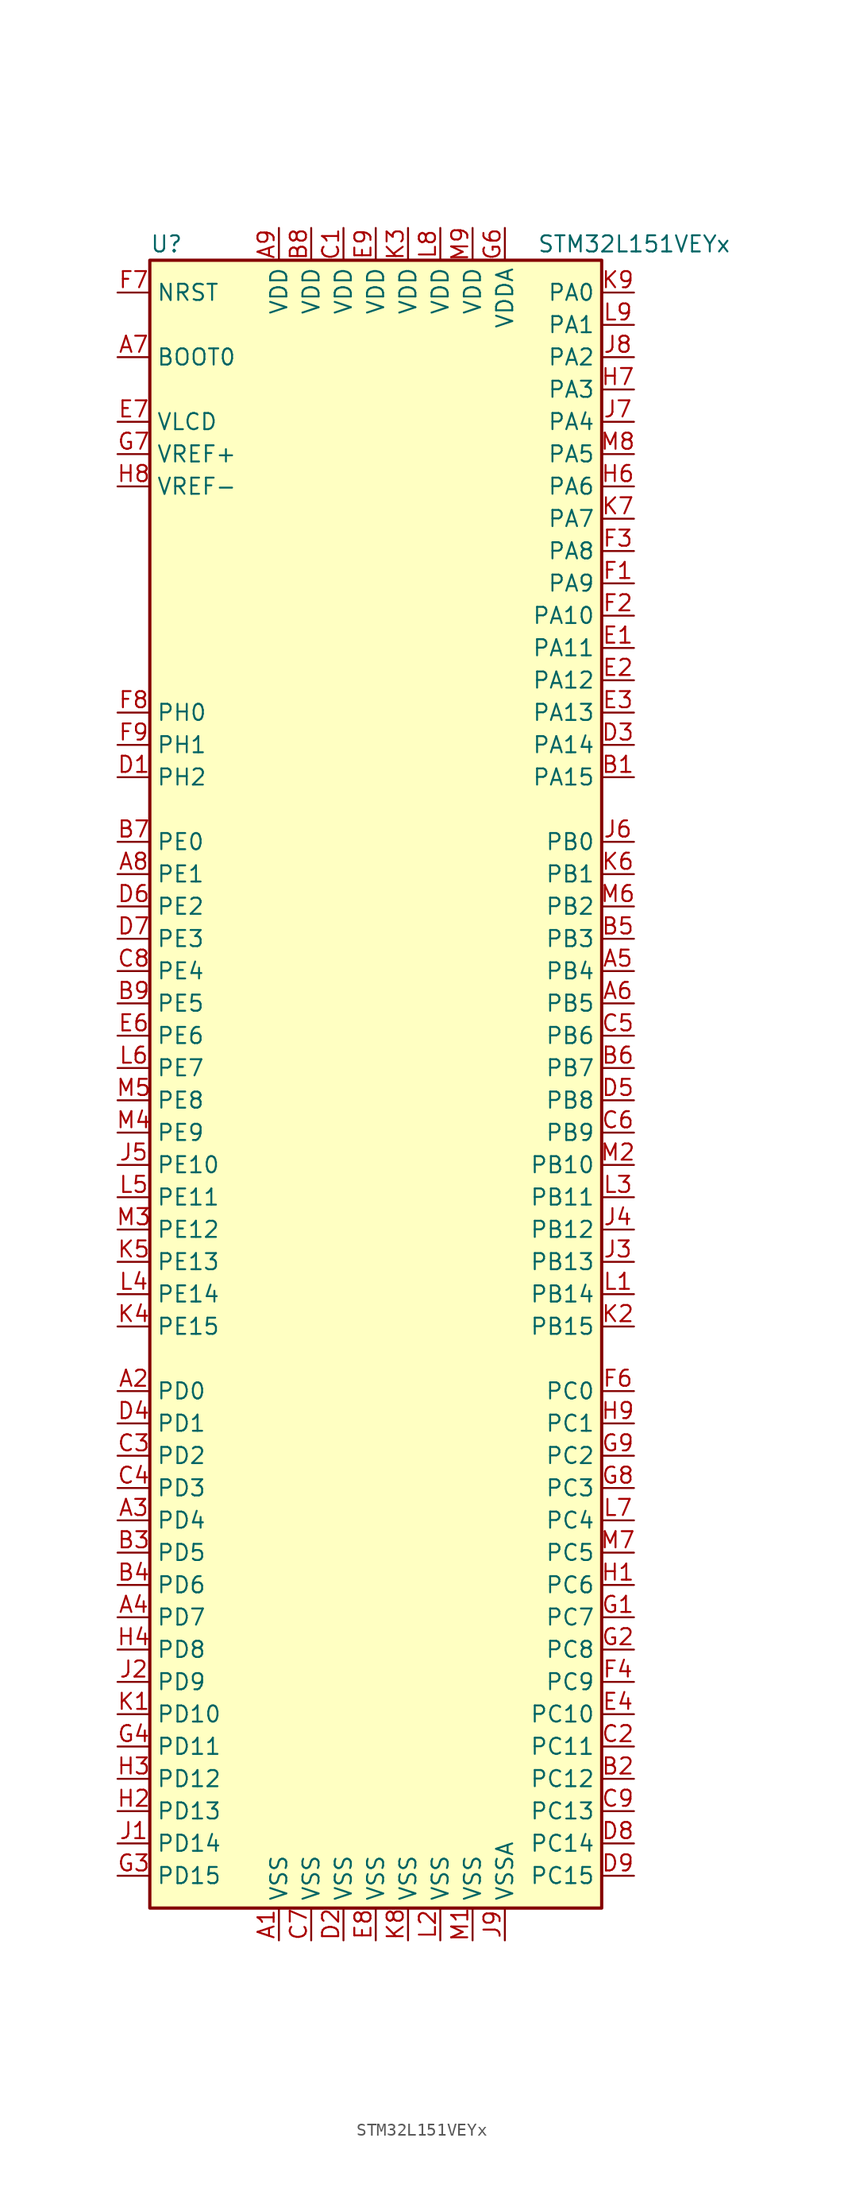
<source format=kicad_sym>
(kicad_symbol_lib
  (version 20201005)
  (generator kicad_symbol_editor)
  (symbol "STM32L151VEYx"
    (property "Reference" "U"
      (at -17.78 64.77 0)
      (effects (font (size 1.27 1.27)) (justify left)))
    (property "Value" "STM32L151VEYx"
      (at 12.7 64.77 0)
      (effects (font (size 1.27 1.27)) (justify left)))
    (symbol "STM32L151VEYx_0_1"
      (rectangle (start -17.78 -66.04) (end 17.78 63.5) (stroke (width 0.254)) (fill (type background))))
    (symbol "STM32L151VEYx_1_1"
      (pin input line (at -20.32 55.88 0) (length 2.54) (name "BOOT0" (effects (font (size 1.27 1.27)))) (number "A7" (effects (font (size 1.27 1.27)))))
      (pin input line (at -20.32 60.96 0) (length 2.54) (name "NRST" (effects (font (size 1.27 1.27)))) (number "F7" (effects (font (size 1.27 1.27)))))
      (pin bidirectional line (at 20.32 60.96 180) (length 2.54) (name "PA0" (effects (font (size 1.27 1.27)))) (number "K9" (effects (font (size 1.27 1.27)))))
      (pin bidirectional line (at 20.32 58.42 180) (length 2.54) (name "PA1" (effects (font (size 1.27 1.27)))) (number "L9" (effects (font (size 1.27 1.27)))))
      (pin bidirectional line (at 20.32 35.56 180) (length 2.54) (name "PA10" (effects (font (size 1.27 1.27)))) (number "F2" (effects (font (size 1.27 1.27)))))
      (pin bidirectional line (at 20.32 33.02 180) (length 2.54) (name "PA11" (effects (font (size 1.27 1.27)))) (number "E1" (effects (font (size 1.27 1.27)))))
      (pin bidirectional line (at 20.32 30.48 180) (length 2.54) (name "PA12" (effects (font (size 1.27 1.27)))) (number "E2" (effects (font (size 1.27 1.27)))))
      (pin bidirectional line (at 20.32 27.94 180) (length 2.54) (name "PA13" (effects (font (size 1.27 1.27)))) (number "E3" (effects (font (size 1.27 1.27)))))
      (pin bidirectional line (at 20.32 25.4 180) (length 2.54) (name "PA14" (effects (font (size 1.27 1.27)))) (number "D3" (effects (font (size 1.27 1.27)))))
      (pin bidirectional line (at 20.32 22.86 180) (length 2.54) (name "PA15" (effects (font (size 1.27 1.27)))) (number "B1" (effects (font (size 1.27 1.27)))))
      (pin bidirectional line (at 20.32 55.88 180) (length 2.54) (name "PA2" (effects (font (size 1.27 1.27)))) (number "J8" (effects (font (size 1.27 1.27)))))
      (pin bidirectional line (at 20.32 53.34 180) (length 2.54) (name "PA3" (effects (font (size 1.27 1.27)))) (number "H7" (effects (font (size 1.27 1.27)))))
      (pin bidirectional line (at 20.32 50.8 180) (length 2.54) (name "PA4" (effects (font (size 1.27 1.27)))) (number "J7" (effects (font (size 1.27 1.27)))))
      (pin bidirectional line (at 20.32 48.26 180) (length 2.54) (name "PA5" (effects (font (size 1.27 1.27)))) (number "M8" (effects (font (size 1.27 1.27)))))
      (pin bidirectional line (at 20.32 45.72 180) (length 2.54) (name "PA6" (effects (font (size 1.27 1.27)))) (number "H6" (effects (font (size 1.27 1.27)))))
      (pin bidirectional line (at 20.32 43.18 180) (length 2.54) (name "PA7" (effects (font (size 1.27 1.27)))) (number "K7" (effects (font (size 1.27 1.27)))))
      (pin bidirectional line (at 20.32 40.64 180) (length 2.54) (name "PA8" (effects (font (size 1.27 1.27)))) (number "F3" (effects (font (size 1.27 1.27)))))
      (pin bidirectional line (at 20.32 38.1 180) (length 2.54) (name "PA9" (effects (font (size 1.27 1.27)))) (number "F1" (effects (font (size 1.27 1.27)))))
      (pin bidirectional line (at 20.32 17.78 180) (length 2.54) (name "PB0" (effects (font (size 1.27 1.27)))) (number "J6" (effects (font (size 1.27 1.27)))))
      (pin bidirectional line (at 20.32 15.24 180) (length 2.54) (name "PB1" (effects (font (size 1.27 1.27)))) (number "K6" (effects (font (size 1.27 1.27)))))
      (pin bidirectional line (at 20.32 -7.62 180) (length 2.54) (name "PB10" (effects (font (size 1.27 1.27)))) (number "M2" (effects (font (size 1.27 1.27)))))
      (pin bidirectional line (at 20.32 -10.16 180) (length 2.54) (name "PB11" (effects (font (size 1.27 1.27)))) (number "L3" (effects (font (size 1.27 1.27)))))
      (pin bidirectional line (at 20.32 -12.7 180) (length 2.54) (name "PB12" (effects (font (size 1.27 1.27)))) (number "J4" (effects (font (size 1.27 1.27)))))
      (pin bidirectional line (at 20.32 -15.24 180) (length 2.54) (name "PB13" (effects (font (size 1.27 1.27)))) (number "J3" (effects (font (size 1.27 1.27)))))
      (pin bidirectional line (at 20.32 -17.78 180) (length 2.54) (name "PB14" (effects (font (size 1.27 1.27)))) (number "L1" (effects (font (size 1.27 1.27)))))
      (pin bidirectional line (at 20.32 -20.32 180) (length 2.54) (name "PB15" (effects (font (size 1.27 1.27)))) (number "K2" (effects (font (size 1.27 1.27)))))
      (pin bidirectional line (at 20.32 12.7 180) (length 2.54) (name "PB2" (effects (font (size 1.27 1.27)))) (number "M6" (effects (font (size 1.27 1.27)))))
      (pin bidirectional line (at 20.32 10.16 180) (length 2.54) (name "PB3" (effects (font (size 1.27 1.27)))) (number "B5" (effects (font (size 1.27 1.27)))))
      (pin bidirectional line (at 20.32 7.62 180) (length 2.54) (name "PB4" (effects (font (size 1.27 1.27)))) (number "A5" (effects (font (size 1.27 1.27)))))
      (pin bidirectional line (at 20.32 5.08 180) (length 2.54) (name "PB5" (effects (font (size 1.27 1.27)))) (number "A6" (effects (font (size 1.27 1.27)))))
      (pin bidirectional line (at 20.32 2.54 180) (length 2.54) (name "PB6" (effects (font (size 1.27 1.27)))) (number "C5" (effects (font (size 1.27 1.27)))))
      (pin bidirectional line (at 20.32 0 180) (length 2.54) (name "PB7" (effects (font (size 1.27 1.27)))) (number "B6" (effects (font (size 1.27 1.27)))))
      (pin bidirectional line (at 20.32 -2.54 180) (length 2.54) (name "PB8" (effects (font (size 1.27 1.27)))) (number "D5" (effects (font (size 1.27 1.27)))))
      (pin bidirectional line (at 20.32 -5.08 180) (length 2.54) (name "PB9" (effects (font (size 1.27 1.27)))) (number "C6" (effects (font (size 1.27 1.27)))))
      (pin bidirectional line (at 20.32 -25.4 180) (length 2.54) (name "PC0" (effects (font (size 1.27 1.27)))) (number "F6" (effects (font (size 1.27 1.27)))))
      (pin bidirectional line (at 20.32 -27.94 180) (length 2.54) (name "PC1" (effects (font (size 1.27 1.27)))) (number "H9" (effects (font (size 1.27 1.27)))))
      (pin bidirectional line (at 20.32 -50.8 180) (length 2.54) (name "PC10" (effects (font (size 1.27 1.27)))) (number "E4" (effects (font (size 1.27 1.27)))))
      (pin bidirectional line (at 20.32 -53.34 180) (length 2.54) (name "PC11" (effects (font (size 1.27 1.27)))) (number "C2" (effects (font (size 1.27 1.27)))))
      (pin bidirectional line (at 20.32 -55.88 180) (length 2.54) (name "PC12" (effects (font (size 1.27 1.27)))) (number "B2" (effects (font (size 1.27 1.27)))))
      (pin bidirectional line (at 20.32 -58.42 180) (length 2.54) (name "PC13" (effects (font (size 1.27 1.27)))) (number "C9" (effects (font (size 1.27 1.27)))))
      (pin bidirectional line (at 20.32 -60.96 180) (length 2.54) (name "PC14" (effects (font (size 1.27 1.27)))) (number "D8" (effects (font (size 1.27 1.27)))))
      (pin bidirectional line (at 20.32 -63.5 180) (length 2.54) (name "PC15" (effects (font (size 1.27 1.27)))) (number "D9" (effects (font (size 1.27 1.27)))))
      (pin bidirectional line (at 20.32 -30.48 180) (length 2.54) (name "PC2" (effects (font (size 1.27 1.27)))) (number "G9" (effects (font (size 1.27 1.27)))))
      (pin bidirectional line (at 20.32 -33.02 180) (length 2.54) (name "PC3" (effects (font (size 1.27 1.27)))) (number "G8" (effects (font (size 1.27 1.27)))))
      (pin bidirectional line (at 20.32 -35.56 180) (length 2.54) (name "PC4" (effects (font (size 1.27 1.27)))) (number "L7" (effects (font (size 1.27 1.27)))))
      (pin bidirectional line (at 20.32 -38.1 180) (length 2.54) (name "PC5" (effects (font (size 1.27 1.27)))) (number "M7" (effects (font (size 1.27 1.27)))))
      (pin bidirectional line (at 20.32 -40.64 180) (length 2.54) (name "PC6" (effects (font (size 1.27 1.27)))) (number "H1" (effects (font (size 1.27 1.27)))))
      (pin bidirectional line (at 20.32 -43.18 180) (length 2.54) (name "PC7" (effects (font (size 1.27 1.27)))) (number "G1" (effects (font (size 1.27 1.27)))))
      (pin bidirectional line (at 20.32 -45.72 180) (length 2.54) (name "PC8" (effects (font (size 1.27 1.27)))) (number "G2" (effects (font (size 1.27 1.27)))))
      (pin bidirectional line (at 20.32 -48.26 180) (length 2.54) (name "PC9" (effects (font (size 1.27 1.27)))) (number "F4" (effects (font (size 1.27 1.27)))))
      (pin bidirectional line (at -20.32 -25.4 0) (length 2.54) (name "PD0" (effects (font (size 1.27 1.27)))) (number "A2" (effects (font (size 1.27 1.27)))))
      (pin bidirectional line (at -20.32 -27.94 0) (length 2.54) (name "PD1" (effects (font (size 1.27 1.27)))) (number "D4" (effects (font (size 1.27 1.27)))))
      (pin bidirectional line (at -20.32 -50.8 0) (length 2.54) (name "PD10" (effects (font (size 1.27 1.27)))) (number "K1" (effects (font (size 1.27 1.27)))))
      (pin bidirectional line (at -20.32 -53.34 0) (length 2.54) (name "PD11" (effects (font (size 1.27 1.27)))) (number "G4" (effects (font (size 1.27 1.27)))))
      (pin bidirectional line (at -20.32 -55.88 0) (length 2.54) (name "PD12" (effects (font (size 1.27 1.27)))) (number "H3" (effects (font (size 1.27 1.27)))))
      (pin bidirectional line (at -20.32 -58.42 0) (length 2.54) (name "PD13" (effects (font (size 1.27 1.27)))) (number "H2" (effects (font (size 1.27 1.27)))))
      (pin bidirectional line (at -20.32 -60.96 0) (length 2.54) (name "PD14" (effects (font (size 1.27 1.27)))) (number "J1" (effects (font (size 1.27 1.27)))))
      (pin bidirectional line (at -20.32 -63.5 0) (length 2.54) (name "PD15" (effects (font (size 1.27 1.27)))) (number "G3" (effects (font (size 1.27 1.27)))))
      (pin bidirectional line (at -20.32 -30.48 0) (length 2.54) (name "PD2" (effects (font (size 1.27 1.27)))) (number "C3" (effects (font (size 1.27 1.27)))))
      (pin bidirectional line (at -20.32 -33.02 0) (length 2.54) (name "PD3" (effects (font (size 1.27 1.27)))) (number "C4" (effects (font (size 1.27 1.27)))))
      (pin bidirectional line (at -20.32 -35.56 0) (length 2.54) (name "PD4" (effects (font (size 1.27 1.27)))) (number "A3" (effects (font (size 1.27 1.27)))))
      (pin bidirectional line (at -20.32 -38.1 0) (length 2.54) (name "PD5" (effects (font (size 1.27 1.27)))) (number "B3" (effects (font (size 1.27 1.27)))))
      (pin bidirectional line (at -20.32 -40.64 0) (length 2.54) (name "PD6" (effects (font (size 1.27 1.27)))) (number "B4" (effects (font (size 1.27 1.27)))))
      (pin bidirectional line (at -20.32 -43.18 0) (length 2.54) (name "PD7" (effects (font (size 1.27 1.27)))) (number "A4" (effects (font (size 1.27 1.27)))))
      (pin bidirectional line (at -20.32 -45.72 0) (length 2.54) (name "PD8" (effects (font (size 1.27 1.27)))) (number "H4" (effects (font (size 1.27 1.27)))))
      (pin bidirectional line (at -20.32 -48.26 0) (length 2.54) (name "PD9" (effects (font (size 1.27 1.27)))) (number "J2" (effects (font (size 1.27 1.27)))))
      (pin bidirectional line (at -20.32 17.78 0) (length 2.54) (name "PE0" (effects (font (size 1.27 1.27)))) (number "B7" (effects (font (size 1.27 1.27)))))
      (pin bidirectional line (at -20.32 15.24 0) (length 2.54) (name "PE1" (effects (font (size 1.27 1.27)))) (number "A8" (effects (font (size 1.27 1.27)))))
      (pin bidirectional line (at -20.32 -7.62 0) (length 2.54) (name "PE10" (effects (font (size 1.27 1.27)))) (number "J5" (effects (font (size 1.27 1.27)))))
      (pin bidirectional line (at -20.32 -10.16 0) (length 2.54) (name "PE11" (effects (font (size 1.27 1.27)))) (number "L5" (effects (font (size 1.27 1.27)))))
      (pin bidirectional line (at -20.32 -12.7 0) (length 2.54) (name "PE12" (effects (font (size 1.27 1.27)))) (number "M3" (effects (font (size 1.27 1.27)))))
      (pin bidirectional line (at -20.32 -15.24 0) (length 2.54) (name "PE13" (effects (font (size 1.27 1.27)))) (number "K5" (effects (font (size 1.27 1.27)))))
      (pin bidirectional line (at -20.32 -17.78 0) (length 2.54) (name "PE14" (effects (font (size 1.27 1.27)))) (number "L4" (effects (font (size 1.27 1.27)))))
      (pin bidirectional line (at -20.32 -20.32 0) (length 2.54) (name "PE15" (effects (font (size 1.27 1.27)))) (number "K4" (effects (font (size 1.27 1.27)))))
      (pin bidirectional line (at -20.32 12.7 0) (length 2.54) (name "PE2" (effects (font (size 1.27 1.27)))) (number "D6" (effects (font (size 1.27 1.27)))))
      (pin bidirectional line (at -20.32 10.16 0) (length 2.54) (name "PE3" (effects (font (size 1.27 1.27)))) (number "D7" (effects (font (size 1.27 1.27)))))
      (pin bidirectional line (at -20.32 7.62 0) (length 2.54) (name "PE4" (effects (font (size 1.27 1.27)))) (number "C8" (effects (font (size 1.27 1.27)))))
      (pin bidirectional line (at -20.32 5.08 0) (length 2.54) (name "PE5" (effects (font (size 1.27 1.27)))) (number "B9" (effects (font (size 1.27 1.27)))))
      (pin bidirectional line (at -20.32 2.54 0) (length 2.54) (name "PE6" (effects (font (size 1.27 1.27)))) (number "E6" (effects (font (size 1.27 1.27)))))
      (pin bidirectional line (at -20.32 0 0) (length 2.54) (name "PE7" (effects (font (size 1.27 1.27)))) (number "L6" (effects (font (size 1.27 1.27)))))
      (pin bidirectional line (at -20.32 -2.54 0) (length 2.54) (name "PE8" (effects (font (size 1.27 1.27)))) (number "M5" (effects (font (size 1.27 1.27)))))
      (pin bidirectional line (at -20.32 -5.08 0) (length 2.54) (name "PE9" (effects (font (size 1.27 1.27)))) (number "M4" (effects (font (size 1.27 1.27)))))
      (pin input line (at -20.32 27.94 0) (length 2.54) (name "PH0" (effects (font (size 1.27 1.27)))) (number "F8" (effects (font (size 1.27 1.27)))))
      (pin input line (at -20.32 25.4 0) (length 2.54) (name "PH1" (effects (font (size 1.27 1.27)))) (number "F9" (effects (font (size 1.27 1.27)))))
      (pin bidirectional line (at -20.32 22.86 0) (length 2.54) (name "PH2" (effects (font (size 1.27 1.27)))) (number "D1" (effects (font (size 1.27 1.27)))))
      (pin power_in line (at -7.62 66.04 270) (length 2.54) (name "VDD" (effects (font (size 1.27 1.27)))) (number "A9" (effects (font (size 1.27 1.27)))))
      (pin power_in line (at -5.08 66.04 270) (length 2.54) (name "VDD" (effects (font (size 1.27 1.27)))) (number "B8" (effects (font (size 1.27 1.27)))))
      (pin power_in line (at -2.54 66.04 270) (length 2.54) (name "VDD" (effects (font (size 1.27 1.27)))) (number "C1" (effects (font (size 1.27 1.27)))))
      (pin power_in line (at 0 66.04 270) (length 2.54) (name "VDD" (effects (font (size 1.27 1.27)))) (number "E9" (effects (font (size 1.27 1.27)))))
      (pin power_in line (at 2.54 66.04 270) (length 2.54) (name "VDD" (effects (font (size 1.27 1.27)))) (number "K3" (effects (font (size 1.27 1.27)))))
      (pin power_in line (at 5.08 66.04 270) (length 2.54) (name "VDD" (effects (font (size 1.27 1.27)))) (number "L8" (effects (font (size 1.27 1.27)))))
      (pin power_in line (at 7.62 66.04 270) (length 2.54) (name "VDD" (effects (font (size 1.27 1.27)))) (number "M9" (effects (font (size 1.27 1.27)))))
      (pin power_in line (at 10.16 66.04 270) (length 2.54) (name "VDDA" (effects (font (size 1.27 1.27)))) (number "G6" (effects (font (size 1.27 1.27)))))
      (pin power_in line (at -20.32 50.8 0) (length 2.54) (name "VLCD" (effects (font (size 1.27 1.27)))) (number "E7" (effects (font (size 1.27 1.27)))))
      (pin power_in line (at -20.32 48.26 0) (length 2.54) (name "VREF+" (effects (font (size 1.27 1.27)))) (number "G7" (effects (font (size 1.27 1.27)))))
      (pin power_in line (at -20.32 45.72 0) (length 2.54) (name "VREF-" (effects (font (size 1.27 1.27)))) (number "H8" (effects (font (size 1.27 1.27)))))
      (pin power_in line (at -7.62 -68.58 90) (length 2.54) (name "VSS" (effects (font (size 1.27 1.27)))) (number "A1" (effects (font (size 1.27 1.27)))))
      (pin power_in line (at -5.08 -68.58 90) (length 2.54) (name "VSS" (effects (font (size 1.27 1.27)))) (number "C7" (effects (font (size 1.27 1.27)))))
      (pin power_in line (at -2.54 -68.58 90) (length 2.54) (name "VSS" (effects (font (size 1.27 1.27)))) (number "D2" (effects (font (size 1.27 1.27)))))
      (pin power_in line (at 0 -68.58 90) (length 2.54) (name "VSS" (effects (font (size 1.27 1.27)))) (number "E8" (effects (font (size 1.27 1.27)))))
      (pin power_in line (at 2.54 -68.58 90) (length 2.54) (name "VSS" (effects (font (size 1.27 1.27)))) (number "K8" (effects (font (size 1.27 1.27)))))
      (pin power_in line (at 5.08 -68.58 90) (length 2.54) (name "VSS" (effects (font (size 1.27 1.27)))) (number "L2" (effects (font (size 1.27 1.27)))))
      (pin power_in line (at 7.62 -68.58 90) (length 2.54) (name "VSS" (effects (font (size 1.27 1.27)))) (number "M1" (effects (font (size 1.27 1.27)))))
      (pin power_in line (at 10.16 -68.58 90) (length 2.54) (name "VSSA" (effects (font (size 1.27 1.27)))) (number "J9" (effects (font (size 1.27 1.27))))))))
</source>
